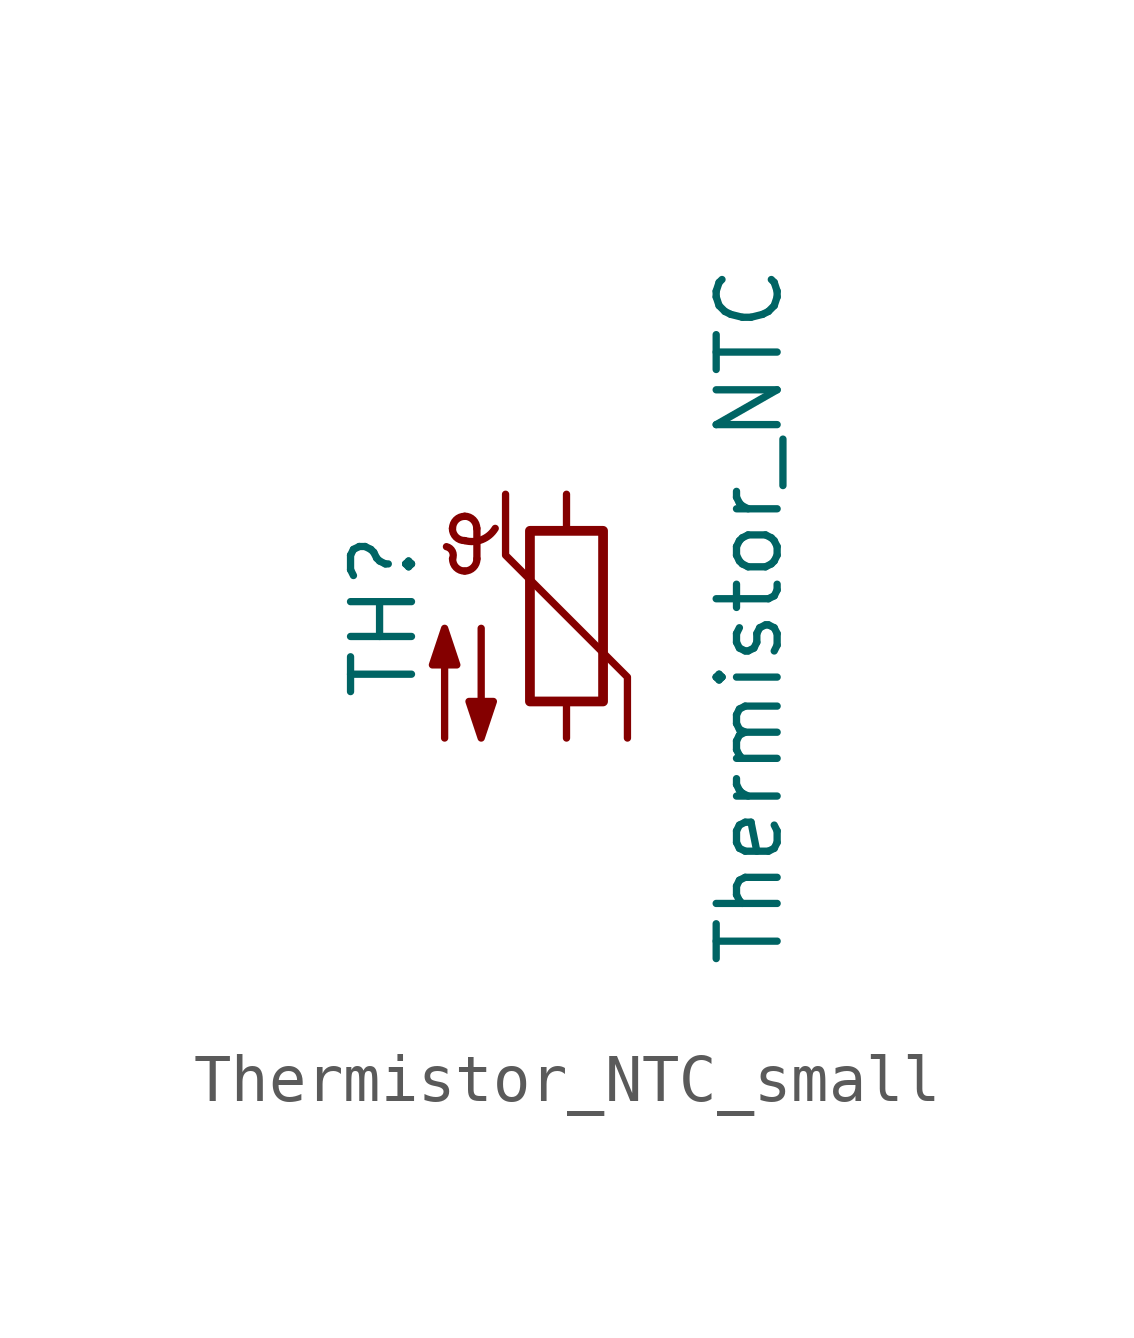
<source format=kicad_sym>
(kicad_symbol_lib
  (version 20220914)
  (generator kicad_symbol_editor)
  (symbol "Thermistor_NTC_small"
    (property "Reference" "TH"
      (at -3.81 0 90)
      (effects (font (size 1.27 1.27))))
    (property "Value" "Thermistor_NTC"
      (at 3.81 0 90)
      (effects (font (size 1.27 1.27))))
    (symbol "Thermistor_NTC_small_0_1"
      (arc (start -2.3746 1.1939) (mid -2.3771 1.3514) (end -2.5016 1.4479) (stroke (width 0) (type default)) (fill (type none)))
      (arc (start -2.3746 1.1939) (mid -2.3002 1.0143) (end -2.1206 0.9399) (stroke (width 0) (type default)) (fill (type none)))
      (arc (start -2.3746 1.8289) (mid -2.3002 1.6493) (end -2.1206 1.5749) (stroke (width 0) (type default)) (fill (type none)))
      (arc (start -2.1206 0.9399) (mid -1.941 1.0143) (end -1.8666 1.1939) (stroke (width 0) (type default)) (fill (type none)))
      (arc (start -2.1206 1.5749) (mid -1.7606 1.5957) (end -1.4856 1.8289) (stroke (width 0) (type default)) (fill (type none)))
      (arc (start -2.1206 2.0829) (mid -2.3002 2.0085) (end -2.3746 1.8289) (stroke (width 0) (type default)) (fill (type none)))
      (arc (start -1.8666 1.8289) (mid -1.941 2.0085) (end -2.1206 2.0829) (stroke (width 0) (type default)) (fill (type none)))
      (rectangle (start -0.762 1.778) (end 0.762 -1.778) (stroke (width 0.203) (type default)) (fill (type none)))
      (polyline (pts (xy -1.867 1.194) (xy -1.867 1.829)) (stroke (width 0) (type default)) (fill (type none)))
      (polyline (pts (xy -1.27 2.54) (xy -1.27 1.27) (xy 1.27 -1.27) (xy 1.27 -2.54)) (stroke (width 0) (type default)) (fill (type none)))
      (polyline (pts (xy -2.54 -2.54) (xy -2.54 -0.254) (xy -2.794 -1.016) (xy -2.286 -1.016) (xy -2.54 -0.254) (xy -2.54 -0.508)) (stroke (width 0) (type default)) (fill (type outline)))
      (polyline (pts (xy -1.778 -0.254) (xy -1.778 -2.54) (xy -2.032 -1.778) (xy -1.524 -1.778) (xy -1.778 -2.54) (xy -1.778 -2.286)) (stroke (width 0) (type default)) (fill (type outline))))
    (symbol "Thermistor_NTC_small_1_1"
      (pin passive line (at 0 2.54 270) (length 0.762) (name "~" (effects (font (size 0 0)))) (number "1" (effects (font (size 0 0)))))
      (pin passive line (at 0 -2.54 90) (length 0.762) (name "~" (effects (font (size 0 0)))) (number "2" (effects (font (size 0 0))))))))
</source>
